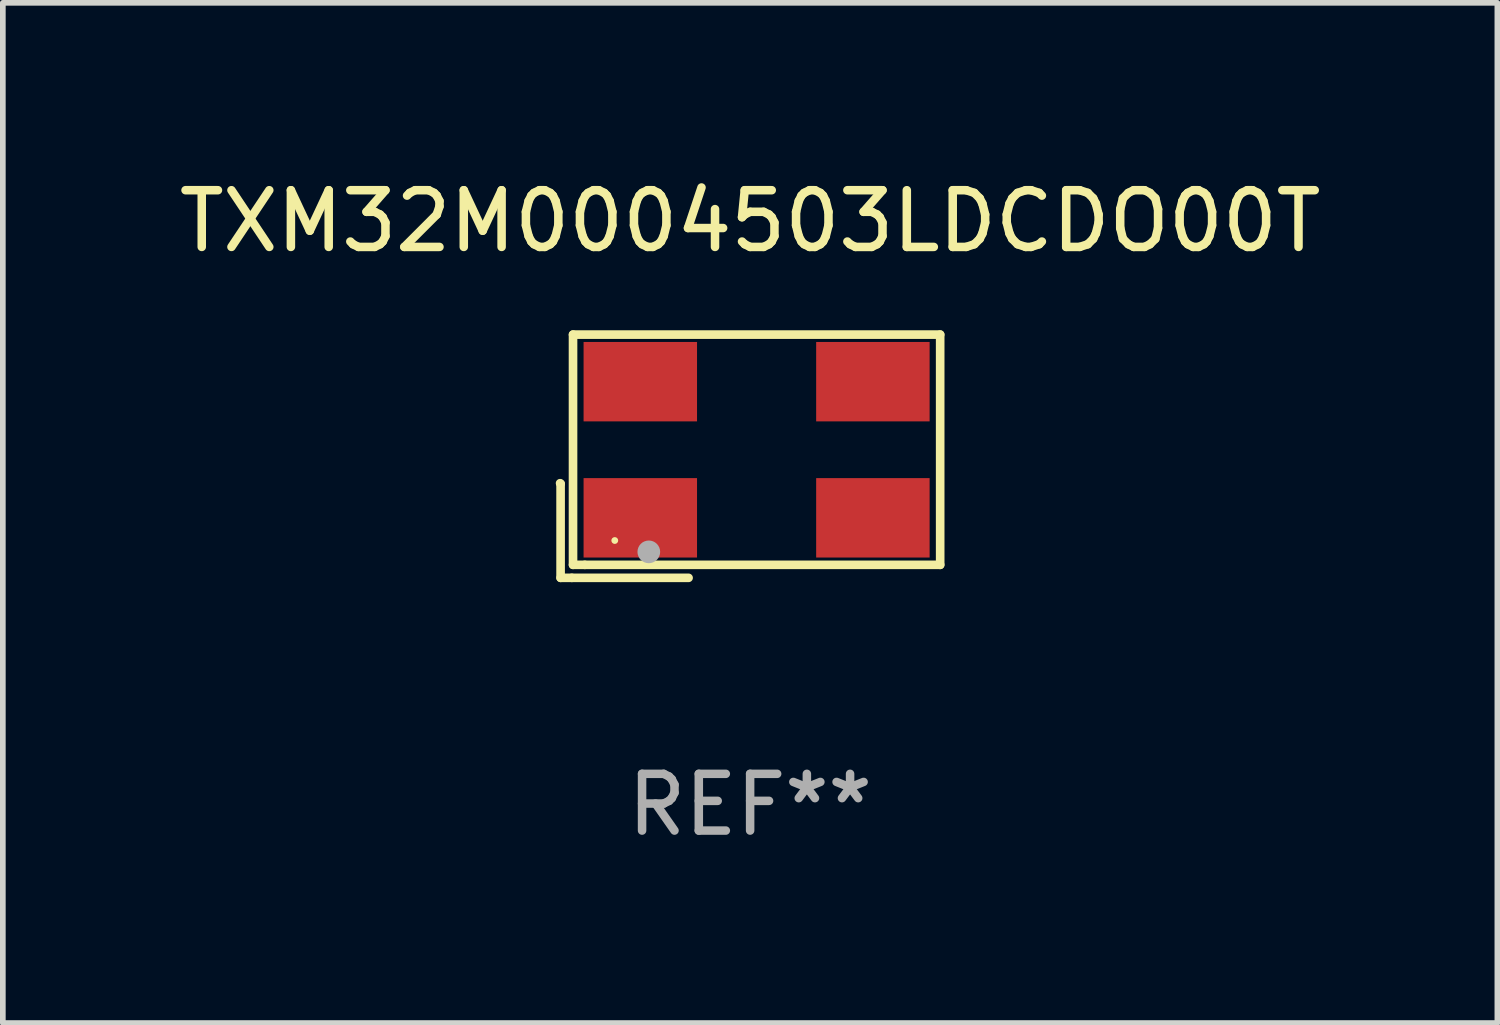
<source format=kicad_pcb>
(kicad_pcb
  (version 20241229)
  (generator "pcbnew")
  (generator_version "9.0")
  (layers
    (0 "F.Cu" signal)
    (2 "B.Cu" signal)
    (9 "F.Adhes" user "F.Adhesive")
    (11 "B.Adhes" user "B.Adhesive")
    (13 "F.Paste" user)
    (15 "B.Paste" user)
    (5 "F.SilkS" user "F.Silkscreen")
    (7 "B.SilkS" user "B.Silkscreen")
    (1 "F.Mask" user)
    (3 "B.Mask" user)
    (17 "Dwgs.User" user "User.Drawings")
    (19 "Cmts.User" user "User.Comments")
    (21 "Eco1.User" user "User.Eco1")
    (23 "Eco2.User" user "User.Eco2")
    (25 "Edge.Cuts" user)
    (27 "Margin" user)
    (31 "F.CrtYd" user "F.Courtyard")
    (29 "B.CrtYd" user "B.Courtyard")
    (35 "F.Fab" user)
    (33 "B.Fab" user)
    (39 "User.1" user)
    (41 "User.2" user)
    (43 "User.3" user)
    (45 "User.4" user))
  (footprint "TXM32M0004503LDCDO00T"
    (layer "F.Cu")
    (at 10.173 4.992)
    (property "Reference" "TXM32M0004503LDCDO00T" (at 0 -4.144 0) (layer "F.SilkS") (effects (font (size 1 1) (thickness 0.15))))
    (attr through_hole)
    (fp_line (start -3.35 0.476) (end -3.341 0.485) (stroke (width 0.152) (type solid)) (layer "F.SilkS"))
    (fp_line (start -3.341 0.485) (end -3.341 2.144) (stroke (width 0.152) (type solid)) (layer "F.SilkS"))
    (fp_line (start -3.341 2.144) (end -3.143 2.144) (stroke (width 0.152) (type solid)) (layer "F.SilkS"))
    (fp_line (start -3.143 2.144) (end -1.085 2.144) (stroke (width 0.152) (type solid)) (layer "F.SilkS"))
    (fp_line (start -3.122 -2.144) (end 3.35 -2.144) (stroke (width 0.152) (type solid)) (layer "F.SilkS"))
    (fp_line (start -3.122 1.915) (end -3.122 -2.144) (stroke (width 0.152) (type solid)) (layer "F.SilkS"))
    (fp_line (start -2.914 1.915) (end -3.122 1.915) (stroke (width 0.152) (type solid)) (layer "F.SilkS"))
    (fp_line (start 3.35 -2.144) (end 3.35 1.915) (stroke (width 0.152) (type solid)) (layer "F.SilkS"))
    (fp_line (start 3.35 1.915) (end -2.914 1.915) (stroke (width 0.152) (type solid)) (layer "F.SilkS"))
    (fp_circle (center -2.386 1.486) (end -2.356 1.486) (stroke (width 0.06) (type solid)) (fill no) (layer "F.SilkS"))
    (fp_circle (center -1.786 1.686) (end -1.686 1.686) (stroke (width 0.2) (type solid)) (fill no) (layer "F.Fab"))
    (fp_text user "REF**" (at 0 6.144 0) (layer "F.Fab") (effects (font (size 1 1) (thickness 0.15))))
    (pad "1" smd rect (at -1.936 1.086) (size 2 1.4) (layers "F.Cu" "F.Mask" "F.Paste"))
    (pad "2" smd rect (at 2.164 1.086) (size 2 1.4) (layers "F.Cu" "F.Mask" "F.Paste"))
    (pad "3" smd rect (at 2.164 -1.314) (size 2 1.4) (layers "F.Cu" "F.Mask" "F.Paste"))
    (pad "4" smd rect (at -1.936 -1.314) (size 2 1.4) (layers "F.Cu" "F.Mask" "F.Paste")))
  (gr_rect
    (start -3 -3)
    (end 23.345 14.984)
    (stroke (width 0.1) (type default))
    (fill no)
    (layer "Edge.Cuts")))
</source>
